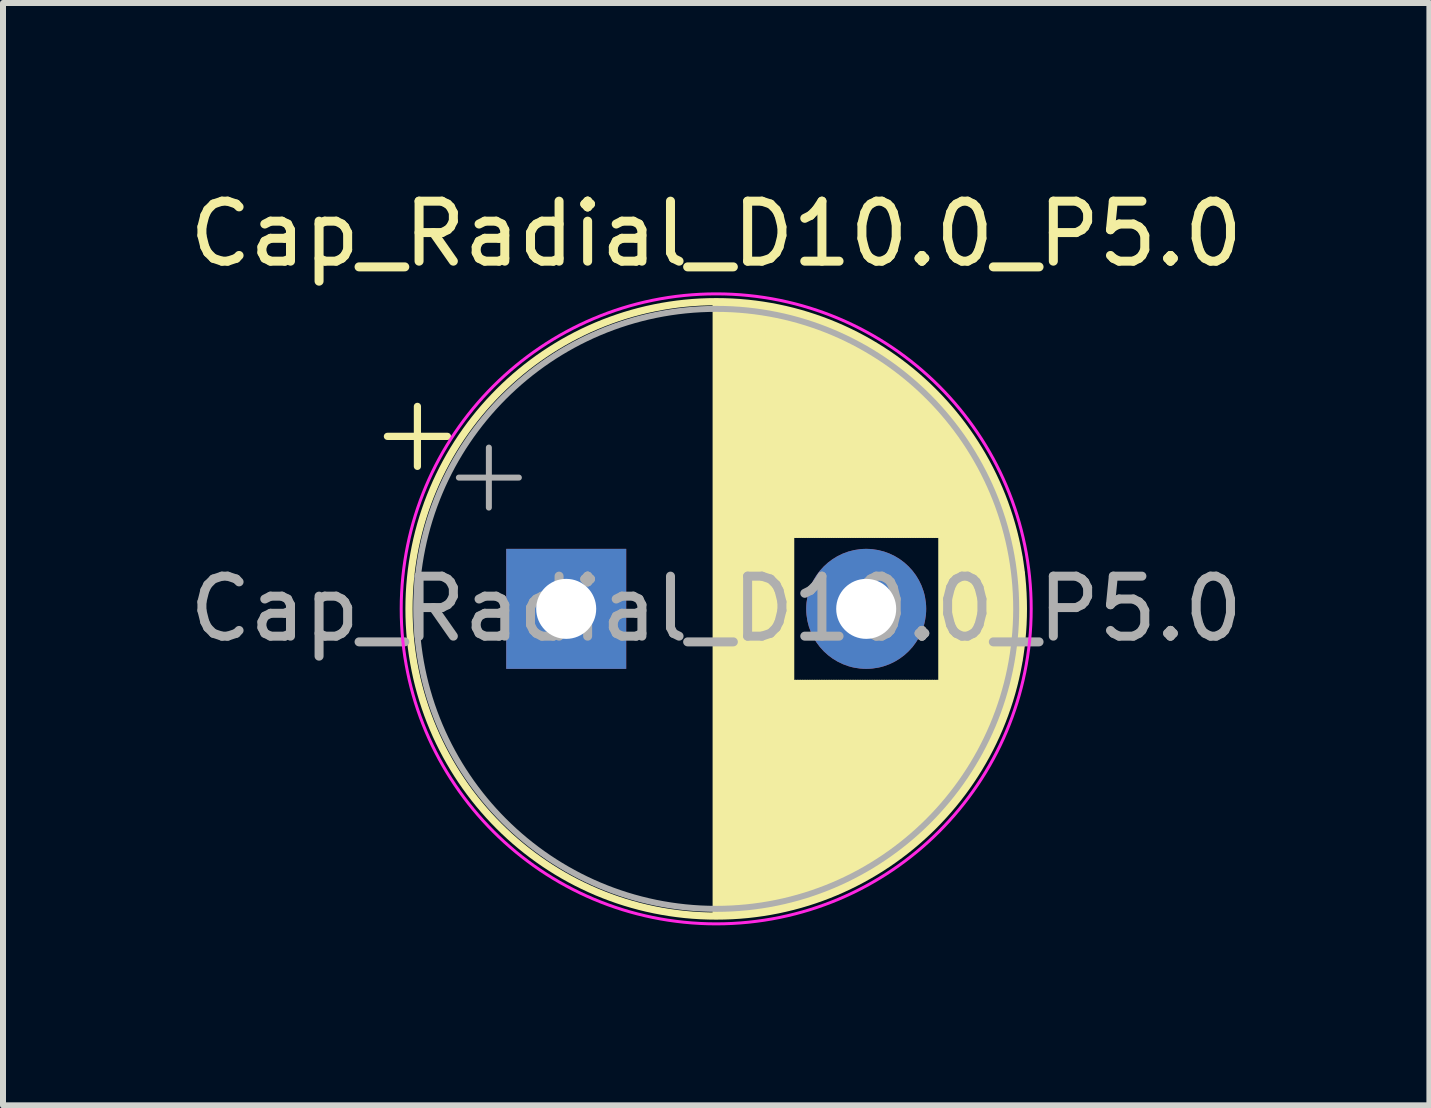
<source format=kicad_pcb>
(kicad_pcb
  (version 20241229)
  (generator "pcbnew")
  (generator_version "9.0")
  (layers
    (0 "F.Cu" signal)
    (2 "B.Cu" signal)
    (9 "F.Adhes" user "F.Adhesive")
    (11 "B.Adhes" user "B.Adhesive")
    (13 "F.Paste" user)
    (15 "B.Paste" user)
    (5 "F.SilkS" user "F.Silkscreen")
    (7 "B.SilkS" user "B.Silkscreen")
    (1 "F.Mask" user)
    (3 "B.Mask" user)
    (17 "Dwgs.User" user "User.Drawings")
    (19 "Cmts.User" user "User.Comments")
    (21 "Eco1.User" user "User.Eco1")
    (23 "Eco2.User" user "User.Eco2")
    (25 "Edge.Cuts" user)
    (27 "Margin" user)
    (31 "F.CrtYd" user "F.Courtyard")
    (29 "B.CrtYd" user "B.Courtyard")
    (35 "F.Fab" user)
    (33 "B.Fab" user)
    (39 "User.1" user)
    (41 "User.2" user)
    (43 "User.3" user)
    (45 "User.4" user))
  (footprint "Cap_Radial_D10.0_P5.0"
    (layer "F.Cu")
    (at 6.387 7.098)
    (property "Reference" "Cap_Radial_D10.0_P5.0" (at 2.5 -6.25 0) (layer "F.SilkS") (effects (font (size 1 1) (thickness 0.15))))
    (fp_line (start -2.98 -2.875) (end -1.98 -2.875) (stroke (width 0.12) (type solid)) (layer "F.SilkS"))
    (fp_line (start -2.48 -3.375) (end -2.48 -2.375) (stroke (width 0.12) (type solid)) (layer "F.SilkS"))
    (fp_line (start 2.5 -5.08) (end 2.5 5.08) (stroke (width 0.12) (type solid)) (layer "F.SilkS"))
    (fp_line (start 2.54 -5.08) (end 2.54 5.08) (stroke (width 0.12) (type solid)) (layer "F.SilkS"))
    (fp_line (start 2.58 -5.08) (end 2.58 5.08) (stroke (width 0.12) (type solid)) (layer "F.SilkS"))
    (fp_line (start 2.62 -5.079) (end 2.62 5.079) (stroke (width 0.12) (type solid)) (layer "F.SilkS"))
    (fp_line (start 2.66 -5.078) (end 2.66 5.078) (stroke (width 0.12) (type solid)) (layer "F.SilkS"))
    (fp_line (start 2.7 -5.077) (end 2.7 5.077) (stroke (width 0.12) (type solid)) (layer "F.SilkS"))
    (fp_line (start 2.74 -5.075) (end 2.74 5.075) (stroke (width 0.12) (type solid)) (layer "F.SilkS"))
    (fp_line (start 2.78 -5.073) (end 2.78 5.073) (stroke (width 0.12) (type solid)) (layer "F.SilkS"))
    (fp_line (start 2.82 -5.07) (end 2.82 5.07) (stroke (width 0.12) (type solid)) (layer "F.SilkS"))
    (fp_line (start 2.86 -5.068) (end 2.86 5.068) (stroke (width 0.12) (type solid)) (layer "F.SilkS"))
    (fp_line (start 2.9 -5.065) (end 2.9 5.065) (stroke (width 0.12) (type solid)) (layer "F.SilkS"))
    (fp_line (start 2.94 -5.062) (end 2.94 5.062) (stroke (width 0.12) (type solid)) (layer "F.SilkS"))
    (fp_line (start 2.98 -5.058) (end 2.98 5.058) (stroke (width 0.12) (type solid)) (layer "F.SilkS"))
    (fp_line (start 3.02 -5.054) (end 3.02 5.054) (stroke (width 0.12) (type solid)) (layer "F.SilkS"))
    (fp_line (start 3.06 -5.05) (end 3.06 5.05) (stroke (width 0.12) (type solid)) (layer "F.SilkS"))
    (fp_line (start 3.1 -5.045) (end 3.1 5.045) (stroke (width 0.12) (type solid)) (layer "F.SilkS"))
    (fp_line (start 3.14 -5.04) (end 3.14 5.04) (stroke (width 0.12) (type solid)) (layer "F.SilkS"))
    (fp_line (start 3.18 -5.035) (end 3.18 5.035) (stroke (width 0.12) (type solid)) (layer "F.SilkS"))
    (fp_line (start 3.221 -5.03) (end 3.221 5.03) (stroke (width 0.12) (type solid)) (layer "F.SilkS"))
    (fp_line (start 3.261 -5.024) (end 3.261 5.024) (stroke (width 0.12) (type solid)) (layer "F.SilkS"))
    (fp_line (start 3.301 -5.018) (end 3.301 5.018) (stroke (width 0.12) (type solid)) (layer "F.SilkS"))
    (fp_line (start 3.341 -5.011) (end 3.341 5.011) (stroke (width 0.12) (type solid)) (layer "F.SilkS"))
    (fp_line (start 3.381 -5.004) (end 3.381 5.004) (stroke (width 0.12) (type solid)) (layer "F.SilkS"))
    (fp_line (start 3.421 -4.997) (end 3.421 4.997) (stroke (width 0.12) (type solid)) (layer "F.SilkS"))
    (fp_line (start 3.461 -4.99) (end 3.461 4.99) (stroke (width 0.12) (type solid)) (layer "F.SilkS"))
    (fp_line (start 3.501 -4.982) (end 3.501 4.982) (stroke (width 0.12) (type solid)) (layer "F.SilkS"))
    (fp_line (start 3.541 -4.974) (end 3.541 4.974) (stroke (width 0.12) (type solid)) (layer "F.SilkS"))
    (fp_line (start 3.581 -4.965) (end 3.581 4.965) (stroke (width 0.12) (type solid)) (layer "F.SilkS"))
    (fp_line (start 3.621 -4.956) (end 3.621 4.956) (stroke (width 0.12) (type solid)) (layer "F.SilkS"))
    (fp_line (start 3.661 -4.947) (end 3.661 4.947) (stroke (width 0.12) (type solid)) (layer "F.SilkS"))
    (fp_line (start 3.701 -4.938) (end 3.701 4.938) (stroke (width 0.12) (type solid)) (layer "F.SilkS"))
    (fp_line (start 3.741 -4.928) (end 3.741 4.928) (stroke (width 0.12) (type solid)) (layer "F.SilkS"))
    (fp_line (start 3.781 -4.918) (end 3.781 -1.241) (stroke (width 0.12) (type solid)) (layer "F.SilkS"))
    (fp_line (start 3.781 1.241) (end 3.781 4.918) (stroke (width 0.12) (type solid)) (layer "F.SilkS"))
    (fp_line (start 3.821 -4.907) (end 3.821 -1.241) (stroke (width 0.12) (type solid)) (layer "F.SilkS"))
    (fp_line (start 3.821 1.241) (end 3.821 4.907) (stroke (width 0.12) (type solid)) (layer "F.SilkS"))
    (fp_line (start 3.861 -4.897) (end 3.861 -1.241) (stroke (width 0.12) (type solid)) (layer "F.SilkS"))
    (fp_line (start 3.861 1.241) (end 3.861 4.897) (stroke (width 0.12) (type solid)) (layer "F.SilkS"))
    (fp_line (start 3.901 -4.885) (end 3.901 -1.241) (stroke (width 0.12) (type solid)) (layer "F.SilkS"))
    (fp_line (start 3.901 1.241) (end 3.901 4.885) (stroke (width 0.12) (type solid)) (layer "F.SilkS"))
    (fp_line (start 3.941 -4.874) (end 3.941 -1.241) (stroke (width 0.12) (type solid)) (layer "F.SilkS"))
    (fp_line (start 3.941 1.241) (end 3.941 4.874) (stroke (width 0.12) (type solid)) (layer "F.SilkS"))
    (fp_line (start 3.981 -4.862) (end 3.981 -1.241) (stroke (width 0.12) (type solid)) (layer "F.SilkS"))
    (fp_line (start 3.981 1.241) (end 3.981 4.862) (stroke (width 0.12) (type solid)) (layer "F.SilkS"))
    (fp_line (start 4.021 -4.85) (end 4.021 -1.241) (stroke (width 0.12) (type solid)) (layer "F.SilkS"))
    (fp_line (start 4.021 1.241) (end 4.021 4.85) (stroke (width 0.12) (type solid)) (layer "F.SilkS"))
    (fp_line (start 4.061 -4.837) (end 4.061 -1.241) (stroke (width 0.12) (type solid)) (layer "F.SilkS"))
    (fp_line (start 4.061 1.241) (end 4.061 4.837) (stroke (width 0.12) (type solid)) (layer "F.SilkS"))
    (fp_line (start 4.101 -4.824) (end 4.101 -1.241) (stroke (width 0.12) (type solid)) (layer "F.SilkS"))
    (fp_line (start 4.101 1.241) (end 4.101 4.824) (stroke (width 0.12) (type solid)) (layer "F.SilkS"))
    (fp_line (start 4.141 -4.811) (end 4.141 -1.241) (stroke (width 0.12) (type solid)) (layer "F.SilkS"))
    (fp_line (start 4.141 1.241) (end 4.141 4.811) (stroke (width 0.12) (type solid)) (layer "F.SilkS"))
    (fp_line (start 4.181 -4.797) (end 4.181 -1.241) (stroke (width 0.12) (type solid)) (layer "F.SilkS"))
    (fp_line (start 4.181 1.241) (end 4.181 4.797) (stroke (width 0.12) (type solid)) (layer "F.SilkS"))
    (fp_line (start 4.221 -4.783) (end 4.221 -1.241) (stroke (width 0.12) (type solid)) (layer "F.SilkS"))
    (fp_line (start 4.221 1.241) (end 4.221 4.783) (stroke (width 0.12) (type solid)) (layer "F.SilkS"))
    (fp_line (start 4.261 -4.768) (end 4.261 -1.241) (stroke (width 0.12) (type solid)) (layer "F.SilkS"))
    (fp_line (start 4.261 1.241) (end 4.261 4.768) (stroke (width 0.12) (type solid)) (layer "F.SilkS"))
    (fp_line (start 4.301 -4.754) (end 4.301 -1.241) (stroke (width 0.12) (type solid)) (layer "F.SilkS"))
    (fp_line (start 4.301 1.241) (end 4.301 4.754) (stroke (width 0.12) (type solid)) (layer "F.SilkS"))
    (fp_line (start 4.341 -4.738) (end 4.341 -1.241) (stroke (width 0.12) (type solid)) (layer "F.SilkS"))
    (fp_line (start 4.341 1.241) (end 4.341 4.738) (stroke (width 0.12) (type solid)) (layer "F.SilkS"))
    (fp_line (start 4.381 -4.723) (end 4.381 -1.241) (stroke (width 0.12) (type solid)) (layer "F.SilkS"))
    (fp_line (start 4.381 1.241) (end 4.381 4.723) (stroke (width 0.12) (type solid)) (layer "F.SilkS"))
    (fp_line (start 4.421 -4.707) (end 4.421 -1.241) (stroke (width 0.12) (type solid)) (layer "F.SilkS"))
    (fp_line (start 4.421 1.241) (end 4.421 4.707) (stroke (width 0.12) (type solid)) (layer "F.SilkS"))
    (fp_line (start 4.461 -4.69) (end 4.461 -1.241) (stroke (width 0.12) (type solid)) (layer "F.SilkS"))
    (fp_line (start 4.461 1.241) (end 4.461 4.69) (stroke (width 0.12) (type solid)) (layer "F.SilkS"))
    (fp_line (start 4.501 -4.674) (end 4.501 -1.241) (stroke (width 0.12) (type solid)) (layer "F.SilkS"))
    (fp_line (start 4.501 1.241) (end 4.501 4.674) (stroke (width 0.12) (type solid)) (layer "F.SilkS"))
    (fp_line (start 4.541 -4.657) (end 4.541 -1.241) (stroke (width 0.12) (type solid)) (layer "F.SilkS"))
    (fp_line (start 4.541 1.241) (end 4.541 4.657) (stroke (width 0.12) (type solid)) (layer "F.SilkS"))
    (fp_line (start 4.581 -4.639) (end 4.581 -1.241) (stroke (width 0.12) (type solid)) (layer "F.SilkS"))
    (fp_line (start 4.581 1.241) (end 4.581 4.639) (stroke (width 0.12) (type solid)) (layer "F.SilkS"))
    (fp_line (start 4.621 -4.621) (end 4.621 -1.241) (stroke (width 0.12) (type solid)) (layer "F.SilkS"))
    (fp_line (start 4.621 1.241) (end 4.621 4.621) (stroke (width 0.12) (type solid)) (layer "F.SilkS"))
    (fp_line (start 4.661 -4.603) (end 4.661 -1.241) (stroke (width 0.12) (type solid)) (layer "F.SilkS"))
    (fp_line (start 4.661 1.241) (end 4.661 4.603) (stroke (width 0.12) (type solid)) (layer "F.SilkS"))
    (fp_line (start 4.701 -4.584) (end 4.701 -1.241) (stroke (width 0.12) (type solid)) (layer "F.SilkS"))
    (fp_line (start 4.701 1.241) (end 4.701 4.584) (stroke (width 0.12) (type solid)) (layer "F.SilkS"))
    (fp_line (start 4.741 -4.564) (end 4.741 -1.241) (stroke (width 0.12) (type solid)) (layer "F.SilkS"))
    (fp_line (start 4.741 1.241) (end 4.741 4.564) (stroke (width 0.12) (type solid)) (layer "F.SilkS"))
    (fp_line (start 4.781 -4.545) (end 4.781 -1.241) (stroke (width 0.12) (type solid)) (layer "F.SilkS"))
    (fp_line (start 4.781 1.241) (end 4.781 4.545) (stroke (width 0.12) (type solid)) (layer "F.SilkS"))
    (fp_line (start 4.821 -4.525) (end 4.821 -1.241) (stroke (width 0.12) (type solid)) (layer "F.SilkS"))
    (fp_line (start 4.821 1.241) (end 4.821 4.525) (stroke (width 0.12) (type solid)) (layer "F.SilkS"))
    (fp_line (start 4.861 -4.504) (end 4.861 -1.241) (stroke (width 0.12) (type solid)) (layer "F.SilkS"))
    (fp_line (start 4.861 1.241) (end 4.861 4.504) (stroke (width 0.12) (type solid)) (layer "F.SilkS"))
    (fp_line (start 4.901 -4.483) (end 4.901 -1.241) (stroke (width 0.12) (type solid)) (layer "F.SilkS"))
    (fp_line (start 4.901 1.241) (end 4.901 4.483) (stroke (width 0.12) (type solid)) (layer "F.SilkS"))
    (fp_line (start 4.941 -4.462) (end 4.941 -1.241) (stroke (width 0.12) (type solid)) (layer "F.SilkS"))
    (fp_line (start 4.941 1.241) (end 4.941 4.462) (stroke (width 0.12) (type solid)) (layer "F.SilkS"))
    (fp_line (start 4.981 -4.44) (end 4.981 -1.241) (stroke (width 0.12) (type solid)) (layer "F.SilkS"))
    (fp_line (start 4.981 1.241) (end 4.981 4.44) (stroke (width 0.12) (type solid)) (layer "F.SilkS"))
    (fp_line (start 5.021 -4.417) (end 5.021 -1.241) (stroke (width 0.12) (type solid)) (layer "F.SilkS"))
    (fp_line (start 5.021 1.241) (end 5.021 4.417) (stroke (width 0.12) (type solid)) (layer "F.SilkS"))
    (fp_line (start 5.061 -4.395) (end 5.061 -1.241) (stroke (width 0.12) (type solid)) (layer "F.SilkS"))
    (fp_line (start 5.061 1.241) (end 5.061 4.395) (stroke (width 0.12) (type solid)) (layer "F.SilkS"))
    (fp_line (start 5.101 -4.371) (end 5.101 -1.241) (stroke (width 0.12) (type solid)) (layer "F.SilkS"))
    (fp_line (start 5.101 1.241) (end 5.101 4.371) (stroke (width 0.12) (type solid)) (layer "F.SilkS"))
    (fp_line (start 5.141 -4.347) (end 5.141 -1.241) (stroke (width 0.12) (type solid)) (layer "F.SilkS"))
    (fp_line (start 5.141 1.241) (end 5.141 4.347) (stroke (width 0.12) (type solid)) (layer "F.SilkS"))
    (fp_line (start 5.181 -4.323) (end 5.181 -1.241) (stroke (width 0.12) (type solid)) (layer "F.SilkS"))
    (fp_line (start 5.181 1.241) (end 5.181 4.323) (stroke (width 0.12) (type solid)) (layer "F.SilkS"))
    (fp_line (start 5.221 -4.298) (end 5.221 -1.241) (stroke (width 0.12) (type solid)) (layer "F.SilkS"))
    (fp_line (start 5.221 1.241) (end 5.221 4.298) (stroke (width 0.12) (type solid)) (layer "F.SilkS"))
    (fp_line (start 5.261 -4.273) (end 5.261 -1.241) (stroke (width 0.12) (type solid)) (layer "F.SilkS"))
    (fp_line (start 5.261 1.241) (end 5.261 4.273) (stroke (width 0.12) (type solid)) (layer "F.SilkS"))
    (fp_line (start 5.301 -4.247) (end 5.301 -1.241) (stroke (width 0.12) (type solid)) (layer "F.SilkS"))
    (fp_line (start 5.301 1.241) (end 5.301 4.247) (stroke (width 0.12) (type solid)) (layer "F.SilkS"))
    (fp_line (start 5.341 -4.221) (end 5.341 -1.241) (stroke (width 0.12) (type solid)) (layer "F.SilkS"))
    (fp_line (start 5.341 1.241) (end 5.341 4.221) (stroke (width 0.12) (type solid)) (layer "F.SilkS"))
    (fp_line (start 5.381 -4.194) (end 5.381 -1.241) (stroke (width 0.12) (type solid)) (layer "F.SilkS"))
    (fp_line (start 5.381 1.241) (end 5.381 4.194) (stroke (width 0.12) (type solid)) (layer "F.SilkS"))
    (fp_line (start 5.421 -4.166) (end 5.421 -1.241) (stroke (width 0.12) (type solid)) (layer "F.SilkS"))
    (fp_line (start 5.421 1.241) (end 5.421 4.166) (stroke (width 0.12) (type solid)) (layer "F.SilkS"))
    (fp_line (start 5.461 -4.138) (end 5.461 -1.241) (stroke (width 0.12) (type solid)) (layer "F.SilkS"))
    (fp_line (start 5.461 1.241) (end 5.461 4.138) (stroke (width 0.12) (type solid)) (layer "F.SilkS"))
    (fp_line (start 5.501 -4.11) (end 5.501 -1.241) (stroke (width 0.12) (type solid)) (layer "F.SilkS"))
    (fp_line (start 5.501 1.241) (end 5.501 4.11) (stroke (width 0.12) (type solid)) (layer "F.SilkS"))
    (fp_line (start 5.541 -4.08) (end 5.541 -1.241) (stroke (width 0.12) (type solid)) (layer "F.SilkS"))
    (fp_line (start 5.541 1.241) (end 5.541 4.08) (stroke (width 0.12) (type solid)) (layer "F.SilkS"))
    (fp_line (start 5.581 -4.05) (end 5.581 -1.241) (stroke (width 0.12) (type solid)) (layer "F.SilkS"))
    (fp_line (start 5.581 1.241) (end 5.581 4.05) (stroke (width 0.12) (type solid)) (layer "F.SilkS"))
    (fp_line (start 5.621 -4.02) (end 5.621 -1.241) (stroke (width 0.12) (type solid)) (layer "F.SilkS"))
    (fp_line (start 5.621 1.241) (end 5.621 4.02) (stroke (width 0.12) (type solid)) (layer "F.SilkS"))
    (fp_line (start 5.661 -3.989) (end 5.661 -1.241) (stroke (width 0.12) (type solid)) (layer "F.SilkS"))
    (fp_line (start 5.661 1.241) (end 5.661 3.989) (stroke (width 0.12) (type solid)) (layer "F.SilkS"))
    (fp_line (start 5.701 -3.957) (end 5.701 -1.241) (stroke (width 0.12) (type solid)) (layer "F.SilkS"))
    (fp_line (start 5.701 1.241) (end 5.701 3.957) (stroke (width 0.12) (type solid)) (layer "F.SilkS"))
    (fp_line (start 5.741 -3.925) (end 5.741 -1.241) (stroke (width 0.12) (type solid)) (layer "F.SilkS"))
    (fp_line (start 5.741 1.241) (end 5.741 3.925) (stroke (width 0.12) (type solid)) (layer "F.SilkS"))
    (fp_line (start 5.781 -3.892) (end 5.781 -1.241) (stroke (width 0.12) (type solid)) (layer "F.SilkS"))
    (fp_line (start 5.781 1.241) (end 5.781 3.892) (stroke (width 0.12) (type solid)) (layer "F.SilkS"))
    (fp_line (start 5.821 -3.858) (end 5.821 -1.241) (stroke (width 0.12) (type solid)) (layer "F.SilkS"))
    (fp_line (start 5.821 1.241) (end 5.821 3.858) (stroke (width 0.12) (type solid)) (layer "F.SilkS"))
    (fp_line (start 5.861 -3.824) (end 5.861 -1.241) (stroke (width 0.12) (type solid)) (layer "F.SilkS"))
    (fp_line (start 5.861 1.241) (end 5.861 3.824) (stroke (width 0.12) (type solid)) (layer "F.SilkS"))
    (fp_line (start 5.901 -3.789) (end 5.901 -1.241) (stroke (width 0.12) (type solid)) (layer "F.SilkS"))
    (fp_line (start 5.901 1.241) (end 5.901 3.789) (stroke (width 0.12) (type solid)) (layer "F.SilkS"))
    (fp_line (start 5.941 -3.753) (end 5.941 -1.241) (stroke (width 0.12) (type solid)) (layer "F.SilkS"))
    (fp_line (start 5.941 1.241) (end 5.941 3.753) (stroke (width 0.12) (type solid)) (layer "F.SilkS"))
    (fp_line (start 5.981 -3.716) (end 5.981 -1.241) (stroke (width 0.12) (type solid)) (layer "F.SilkS"))
    (fp_line (start 5.981 1.241) (end 5.981 3.716) (stroke (width 0.12) (type solid)) (layer "F.SilkS"))
    (fp_line (start 6.021 -3.679) (end 6.021 -1.241) (stroke (width 0.12) (type solid)) (layer "F.SilkS"))
    (fp_line (start 6.021 1.241) (end 6.021 3.679) (stroke (width 0.12) (type solid)) (layer "F.SilkS"))
    (fp_line (start 6.061 -3.64) (end 6.061 -1.241) (stroke (width 0.12) (type solid)) (layer "F.SilkS"))
    (fp_line (start 6.061 1.241) (end 6.061 3.64) (stroke (width 0.12) (type solid)) (layer "F.SilkS"))
    (fp_line (start 6.101 -3.601) (end 6.101 -1.241) (stroke (width 0.12) (type solid)) (layer "F.SilkS"))
    (fp_line (start 6.101 1.241) (end 6.101 3.601) (stroke (width 0.12) (type solid)) (layer "F.SilkS"))
    (fp_line (start 6.141 -3.561) (end 6.141 -1.241) (stroke (width 0.12) (type solid)) (layer "F.SilkS"))
    (fp_line (start 6.141 1.241) (end 6.141 3.561) (stroke (width 0.12) (type solid)) (layer "F.SilkS"))
    (fp_line (start 6.181 -3.52) (end 6.181 -1.241) (stroke (width 0.12) (type solid)) (layer "F.SilkS"))
    (fp_line (start 6.181 1.241) (end 6.181 3.52) (stroke (width 0.12) (type solid)) (layer "F.SilkS"))
    (fp_line (start 6.221 -3.478) (end 6.221 -1.241) (stroke (width 0.12) (type solid)) (layer "F.SilkS"))
    (fp_line (start 6.221 1.241) (end 6.221 3.478) (stroke (width 0.12) (type solid)) (layer "F.SilkS"))
    (fp_line (start 6.261 -3.436) (end 6.261 3.436) (stroke (width 0.12) (type solid)) (layer "F.SilkS"))
    (fp_line (start 6.301 -3.392) (end 6.301 3.392) (stroke (width 0.12) (type solid)) (layer "F.SilkS"))
    (fp_line (start 6.341 -3.347) (end 6.341 3.347) (stroke (width 0.12) (type solid)) (layer "F.SilkS"))
    (fp_line (start 6.381 -3.301) (end 6.381 3.301) (stroke (width 0.12) (type solid)) (layer "F.SilkS"))
    (fp_line (start 6.421 -3.254) (end 6.421 3.254) (stroke (width 0.12) (type solid)) (layer "F.SilkS"))
    (fp_line (start 6.461 -3.206) (end 6.461 3.206) (stroke (width 0.12) (type solid)) (layer "F.SilkS"))
    (fp_line (start 6.501 -3.156) (end 6.501 3.156) (stroke (width 0.12) (type solid)) (layer "F.SilkS"))
    (fp_line (start 6.541 -3.106) (end 6.541 3.106) (stroke (width 0.12) (type solid)) (layer "F.SilkS"))
    (fp_line (start 6.581 -3.054) (end 6.581 3.054) (stroke (width 0.12) (type solid)) (layer "F.SilkS"))
    (fp_line (start 6.621 -3) (end 6.621 3) (stroke (width 0.12) (type solid)) (layer "F.SilkS"))
    (fp_line (start 6.661 -2.945) (end 6.661 2.945) (stroke (width 0.12) (type solid)) (layer "F.SilkS"))
    (fp_line (start 6.701 -2.889) (end 6.701 2.889) (stroke (width 0.12) (type solid)) (layer "F.SilkS"))
    (fp_line (start 6.741 -2.83) (end 6.741 2.83) (stroke (width 0.12) (type solid)) (layer "F.SilkS"))
    (fp_line (start 6.781 -2.77) (end 6.781 2.77) (stroke (width 0.12) (type solid)) (layer "F.SilkS"))
    (fp_line (start 6.821 -2.709) (end 6.821 2.709) (stroke (width 0.12) (type solid)) (layer "F.SilkS"))
    (fp_line (start 6.861 -2.645) (end 6.861 2.645) (stroke (width 0.12) (type solid)) (layer "F.SilkS"))
    (fp_line (start 6.901 -2.579) (end 6.901 2.579) (stroke (width 0.12) (type solid)) (layer "F.SilkS"))
    (fp_line (start 6.941 -2.51) (end 6.941 2.51) (stroke (width 0.12) (type solid)) (layer "F.SilkS"))
    (fp_line (start 6.981 -2.439) (end 6.981 2.439) (stroke (width 0.12) (type solid)) (layer "F.SilkS"))
    (fp_line (start 7.021 -2.365) (end 7.021 2.365) (stroke (width 0.12) (type solid)) (layer "F.SilkS"))
    (fp_line (start 7.061 -2.289) (end 7.061 2.289) (stroke (width 0.12) (type solid)) (layer "F.SilkS"))
    (fp_line (start 7.101 -2.209) (end 7.101 2.209) (stroke (width 0.12) (type solid)) (layer "F.SilkS"))
    (fp_line (start 7.141 -2.125) (end 7.141 2.125) (stroke (width 0.12) (type solid)) (layer "F.SilkS"))
    (fp_line (start 7.181 -2.037) (end 7.181 2.037) (stroke (width 0.12) (type solid)) (layer "F.SilkS"))
    (fp_line (start 7.221 -1.944) (end 7.221 1.944) (stroke (width 0.12) (type solid)) (layer "F.SilkS"))
    (fp_line (start 7.261 -1.846) (end 7.261 1.846) (stroke (width 0.12) (type solid)) (layer "F.SilkS"))
    (fp_line (start 7.301 -1.742) (end 7.301 1.742) (stroke (width 0.12) (type solid)) (layer "F.SilkS"))
    (fp_line (start 7.341 -1.63) (end 7.341 1.63) (stroke (width 0.12) (type solid)) (layer "F.SilkS"))
    (fp_line (start 7.381 -1.51) (end 7.381 1.51) (stroke (width 0.12) (type solid)) (layer "F.SilkS"))
    (fp_line (start 7.421 -1.378) (end 7.421 1.378) (stroke (width 0.12) (type solid)) (layer "F.SilkS"))
    (fp_line (start 7.461 -1.23) (end 7.461 1.23) (stroke (width 0.12) (type solid)) (layer "F.SilkS"))
    (fp_line (start 7.501 -1.062) (end 7.501 1.062) (stroke (width 0.12) (type solid)) (layer "F.SilkS"))
    (fp_line (start 7.541 -0.862) (end 7.541 0.862) (stroke (width 0.12) (type solid)) (layer "F.SilkS"))
    (fp_line (start 7.581 -0.599) (end 7.581 0.599) (stroke (width 0.12) (type solid)) (layer "F.SilkS"))
    (fp_circle (center 2.5 0) (end 7.62 0) (stroke (width 0.12) (type solid)) (fill no) (layer "F.SilkS"))
    (fp_circle (center 2.5 0) (end 7.75 0) (stroke (width 0.05) (type solid)) (fill no) (layer "F.CrtYd"))
    (fp_line (start -1.789 -2.188) (end -0.789 -2.188) (stroke (width 0.1) (type solid)) (layer "F.Fab"))
    (fp_line (start -1.289 -2.688) (end -1.289 -1.688) (stroke (width 0.1) (type solid)) (layer "F.Fab"))
    (fp_circle (center 2.5 0) (end 7.5 0) (stroke (width 0.1) (type solid)) (fill no) (layer "F.Fab"))
    (fp_text user "${REFERENCE}" (at 2.5 0 0) (layer "F.Fab") (effects (font (size 1 1) (thickness 0.15))))
    (pad "1" thru_hole rect (at 0 0) (size 2 2) (drill 1) (layers "*.Cu" "*.Mask"))
    (pad "2" thru_hole circle (at 5 0) (size 2 2) (drill 1) (layers "*.Cu" "*.Mask")))
  (gr_rect
    (start -3 -3)
    (end 20.774 15.373)
    (stroke (width 0.1) (type default))
    (fill no)
    (layer "Edge.Cuts")))
</source>
